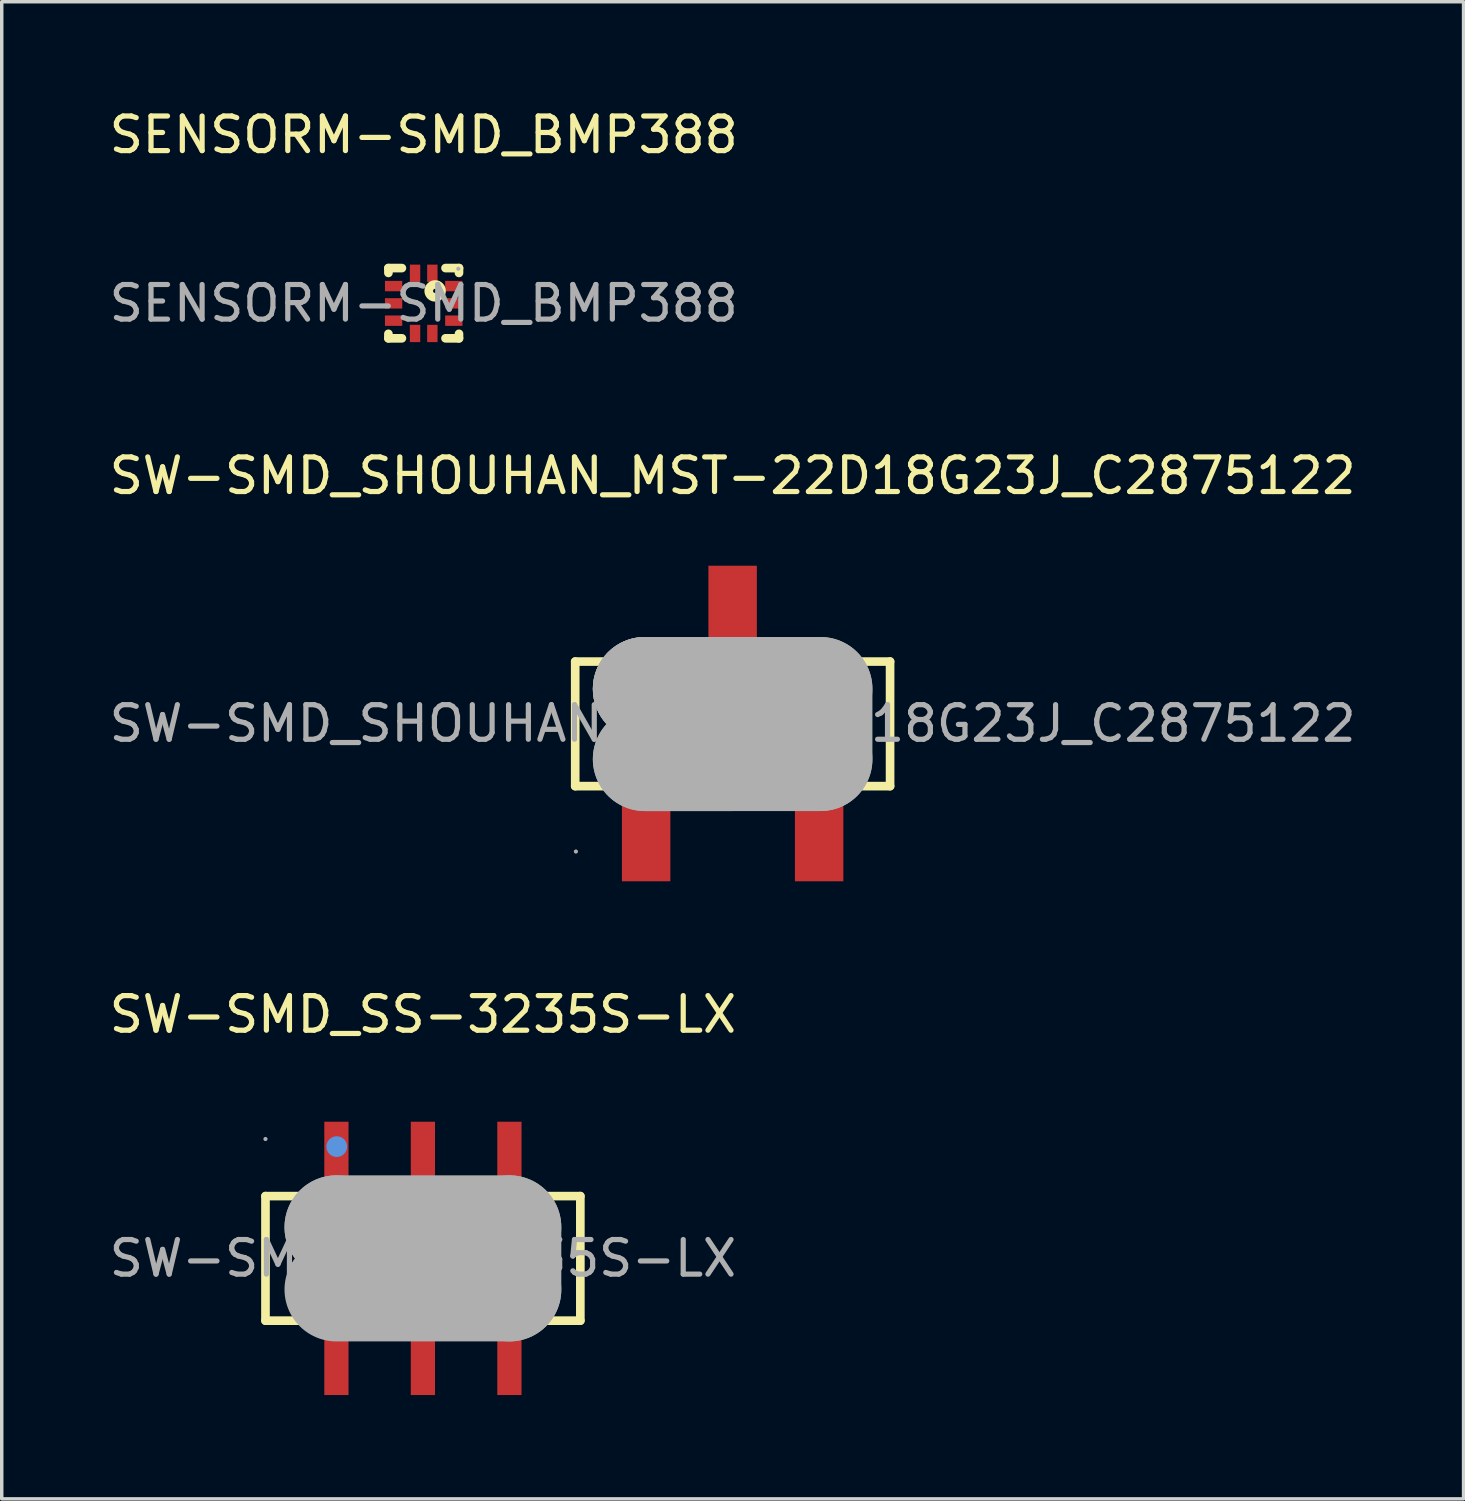
<source format=kicad_pcb>
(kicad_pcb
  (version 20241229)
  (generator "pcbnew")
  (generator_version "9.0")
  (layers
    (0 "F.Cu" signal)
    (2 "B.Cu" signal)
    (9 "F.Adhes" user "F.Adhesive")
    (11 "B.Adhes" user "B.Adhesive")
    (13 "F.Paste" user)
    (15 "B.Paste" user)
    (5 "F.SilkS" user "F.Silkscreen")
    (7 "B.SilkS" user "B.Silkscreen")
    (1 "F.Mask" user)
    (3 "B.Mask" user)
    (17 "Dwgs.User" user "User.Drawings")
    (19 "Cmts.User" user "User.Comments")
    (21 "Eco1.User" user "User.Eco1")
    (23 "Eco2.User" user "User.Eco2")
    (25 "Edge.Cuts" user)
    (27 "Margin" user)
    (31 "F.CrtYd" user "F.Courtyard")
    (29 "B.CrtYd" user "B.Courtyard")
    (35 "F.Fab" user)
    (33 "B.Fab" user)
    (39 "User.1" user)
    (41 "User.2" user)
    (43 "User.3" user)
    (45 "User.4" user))
  (footprint "SW-SMD_SHOUHAN_MST-22D18G23J_C2875122"
    (layer "F.Cu")
    (at 18.125 17.861)
    (property "Reference" "SW-SMD_SHOUHAN_MST-22D18G23J_C2875122" (at 0 -7.16 0) (layer "F.SilkS") (effects (font (size 1 1) (thickness 0.15))))
    (attr smd)
    (fp_line (start -4.55 -1.79) (end -4.55 1.81) (stroke (width 0.25) (type solid)) (layer "F.SilkS"))
    (fp_line (start -4.55 -1.79) (end 4.55 -1.79) (stroke (width 0.25) (type solid)) (layer "F.SilkS"))
    (fp_line (start -4.55 1.81) (end 4.55 1.81) (stroke (width 0.25) (type solid)) (layer "F.SilkS"))
    (fp_line (start 4.55 -1.79) (end 4.55 1.81) (stroke (width 0.25) (type solid)) (layer "F.SilkS"))
    (fp_line (start -2.54 -1) (end -2.54 -1) (stroke (width 3) (type solid)) (layer "F.Fab"))
    (fp_line (start -2.54 -1) (end -2.54 -1) (stroke (width 3) (type solid)) (layer "F.Fab"))
    (fp_line (start -2.54 -1) (end 0 -1) (stroke (width 3) (type solid)) (layer "F.Fab"))
    (fp_line (start -2.54 -1) (end 2.54 -1) (stroke (width 3) (type solid)) (layer "F.Fab"))
    (fp_line (start 0 -1) (end 0 1.03) (stroke (width 3) (type solid)) (layer "F.Fab"))
    (fp_line (start 0 1.03) (end -2.54 1.03) (stroke (width 3) (type solid)) (layer "F.Fab"))
    (fp_line (start 2.54 -1) (end 2.54 1.03) (stroke (width 3) (type solid)) (layer "F.Fab"))
    (fp_line (start 2.54 1.03) (end -2.54 1.03) (stroke (width 3) (type solid)) (layer "F.Fab"))
    (fp_circle (center -4.53 3.7) (end -4.5 3.7) (stroke (width 0.06) (type solid)) (fill no) (layer "F.Fab"))
    (fp_text user "${REFERENCE}" (at 0 0 0) (layer "F.Fab") (effects (font (size 1 1) (thickness 0.15))))
    (pad "1" smd rect (at -2.5 3.16) (size 1.4 2.8) (layers "F.Cu" "F.Mask" "F.Paste"))
    (pad "2" smd rect (at 0 -3.16) (size 1.4 2.8) (layers "F.Cu" "F.Mask" "F.Paste"))
    (pad "3" smd rect (at 2.5 3.16) (size 1.4 2.8) (layers "F.Cu" "F.Mask" "F.Paste")))
  (footprint "SW-SMD_SS-3235S-LX"
    (layer "F.Cu")
    (at 9.173 33.32)
    (property "Reference" "SW-SMD_SS-3235S-LX" (at 0 -7.05 0) (layer "F.SilkS") (effects (font (size 1 1) (thickness 0.15))))
    (attr smd)
    (fp_line (start -4.55 -1.8) (end -4.55 1.8) (stroke (width 0.25) (type solid)) (layer "F.SilkS"))
    (fp_line (start -4.55 -1.8) (end 4.55 -1.8) (stroke (width 0.25) (type solid)) (layer "F.SilkS"))
    (fp_line (start -4.55 1.8) (end 4.55 1.8) (stroke (width 0.25) (type solid)) (layer "F.SilkS"))
    (fp_line (start 4.55 -1.8) (end 4.55 1.8) (stroke (width 0.25) (type solid)) (layer "F.SilkS"))
    (fp_circle (center -2.49 -3.23) (end -2.34 -3.23) (stroke (width 0.3) (type solid)) (fill no) (layer "Cmts.User"))
    (fp_line (start -2.5 -0.9) (end -2.5 -0.9) (stroke (width 3) (type solid)) (layer "F.Fab"))
    (fp_line (start -2.5 -0.9) (end 2.5 -0.9) (stroke (width 3) (type solid)) (layer "F.Fab"))
    (fp_line (start 0.7 -0.8) (end 0.7 -0.8) (stroke (width 3) (type solid)) (layer "F.Fab"))
    (fp_line (start 0.7 -0.8) (end 2.1 -0.8) (stroke (width 3) (type solid)) (layer "F.Fab"))
    (fp_line (start 2.1 -0.8) (end 2.1 0.7) (stroke (width 3) (type solid)) (layer "F.Fab"))
    (fp_line (start 2.1 0.7) (end 0.7 0.7) (stroke (width 3) (type solid)) (layer "F.Fab"))
    (fp_line (start 2.5 -0.9) (end 2.5 0.9) (stroke (width 3) (type solid)) (layer "F.Fab"))
    (fp_line (start 2.5 0.9) (end -2.5 0.9) (stroke (width 3) (type solid)) (layer "F.Fab"))
    (fp_circle (center -4.55 -3.45) (end -4.52 -3.45) (stroke (width 0.06) (type solid)) (fill no) (layer "F.Fab"))
    (fp_text user "${REFERENCE}" (at 0 0 0) (layer "F.Fab") (effects (font (size 1 1) (thickness 0.15))))
    (pad "1" smd rect (at -2.5 -3.05) (size 0.7 1.8) (layers "F.Cu" "F.Mask" "F.Paste"))
    (pad "2" smd rect (at 0 -3.05) (size 0.7 1.8) (layers "F.Cu" "F.Mask" "F.Paste"))
    (pad "3" smd rect (at 2.5 -3.05) (size 0.7 1.8) (layers "F.Cu" "F.Mask" "F.Paste"))
    (pad "4" smd rect (at -2.5 3.05) (size 0.7 1.8) (layers "F.Cu" "F.Mask" "F.Paste"))
    (pad "5" smd rect (at 0 3.05) (size 0.7 1.8) (layers "F.Cu" "F.Mask" "F.Paste"))
    (pad "6" smd rect (at 2.5 3.05) (size 0.7 1.8) (layers "F.Cu" "F.Mask" "F.Paste")))
  (footprint "SENSORM-SMD_BMP388"
    (layer "F.Cu")
    (at 9.196 5.718)
    (property "Reference" "SENSORM-SMD_BMP388" (at 0 -4.87 0) (layer "F.SilkS") (effects (font (size 1 1) (thickness 0.15))))
    (attr smd)
    (fp_line (start -1.02 -1.02) (end -0.63 -1.02) (stroke (width 0.25) (type solid)) (layer "F.SilkS"))
    (fp_line (start -1.02 -0.88) (end -1.02 -1.02) (stroke (width 0.25) (type solid)) (layer "F.SilkS"))
    (fp_line (start -1.02 1.01) (end -1.02 0.88) (stroke (width 0.25) (type solid)) (layer "F.SilkS"))
    (fp_line (start -0.63 1.01) (end -1.02 1.01) (stroke (width 0.25) (type solid)) (layer "F.SilkS"))
    (fp_line (start 0.63 -1.02) (end 1.02 -1.02) (stroke (width 0.25) (type solid)) (layer "F.SilkS"))
    (fp_line (start 1.02 -1.02) (end 1.02 -0.88) (stroke (width 0.25) (type solid)) (layer "F.SilkS"))
    (fp_line (start 1.02 0.88) (end 1.02 1.01) (stroke (width 0.25) (type solid)) (layer "F.SilkS"))
    (fp_line (start 1.02 1.01) (end 0.63 1.01) (stroke (width 0.25) (type solid)) (layer "F.SilkS"))
    (fp_circle (center 0.33 -0.36) (end 0.39 -0.36) (stroke (width 0.25) (type solid)) (fill no) (layer "F.SilkS"))
    (fp_circle (center 1 -1) (end 1.03 -1) (stroke (width 0.06) (type solid)) (fill no) (layer "F.Fab"))
    (fp_text user "${REFERENCE}" (at 0 0 0) (layer "F.Fab") (effects (font (size 1 1) (thickness 0.15))))
    (pad "1" smd rect (at 0.25 -0.87) (size 0.3 0.5) (layers "F.Cu" "F.Mask" "F.Paste"))
    (pad "2" smd rect (at -0.25 -0.87) (size 0.3 0.5) (layers "F.Cu" "F.Mask" "F.Paste"))
    (pad "3" smd rect (at -0.87 -0.5 270) (size 0.3 0.5) (layers "F.Cu" "F.Mask" "F.Paste"))
    (pad "4" smd rect (at -0.87 0 90) (size 0.3 0.5) (layers "F.Cu" "F.Mask" "F.Paste"))
    (pad "5" smd rect (at -0.87 0.5 90) (size 0.3 0.5) (layers "F.Cu" "F.Mask" "F.Paste"))
    (pad "6" smd rect (at -0.25 0.87 180) (size 0.3 0.5) (layers "F.Cu" "F.Mask" "F.Paste"))
    (pad "7" smd rect (at 0.25 0.87 180) (size 0.3 0.5) (layers "F.Cu" "F.Mask" "F.Paste"))
    (pad "8" smd rect (at 0.87 0.5 270) (size 0.3 0.5) (layers "F.Cu" "F.Mask" "F.Paste"))
    (pad "9" smd rect (at 0.87 0 270) (size 0.3 0.5) (layers "F.Cu" "F.Mask" "F.Paste"))
    (pad "10" smd rect (at 0.87 -0.5 270) (size 0.3 0.5) (layers "F.Cu" "F.Mask" "F.Paste")))
  (gr_rect
    (start -3 -3)
    (end 39.25 40.27)
    (stroke (width 0.1) (type default))
    (fill no)
    (layer "Edge.Cuts")))
</source>
